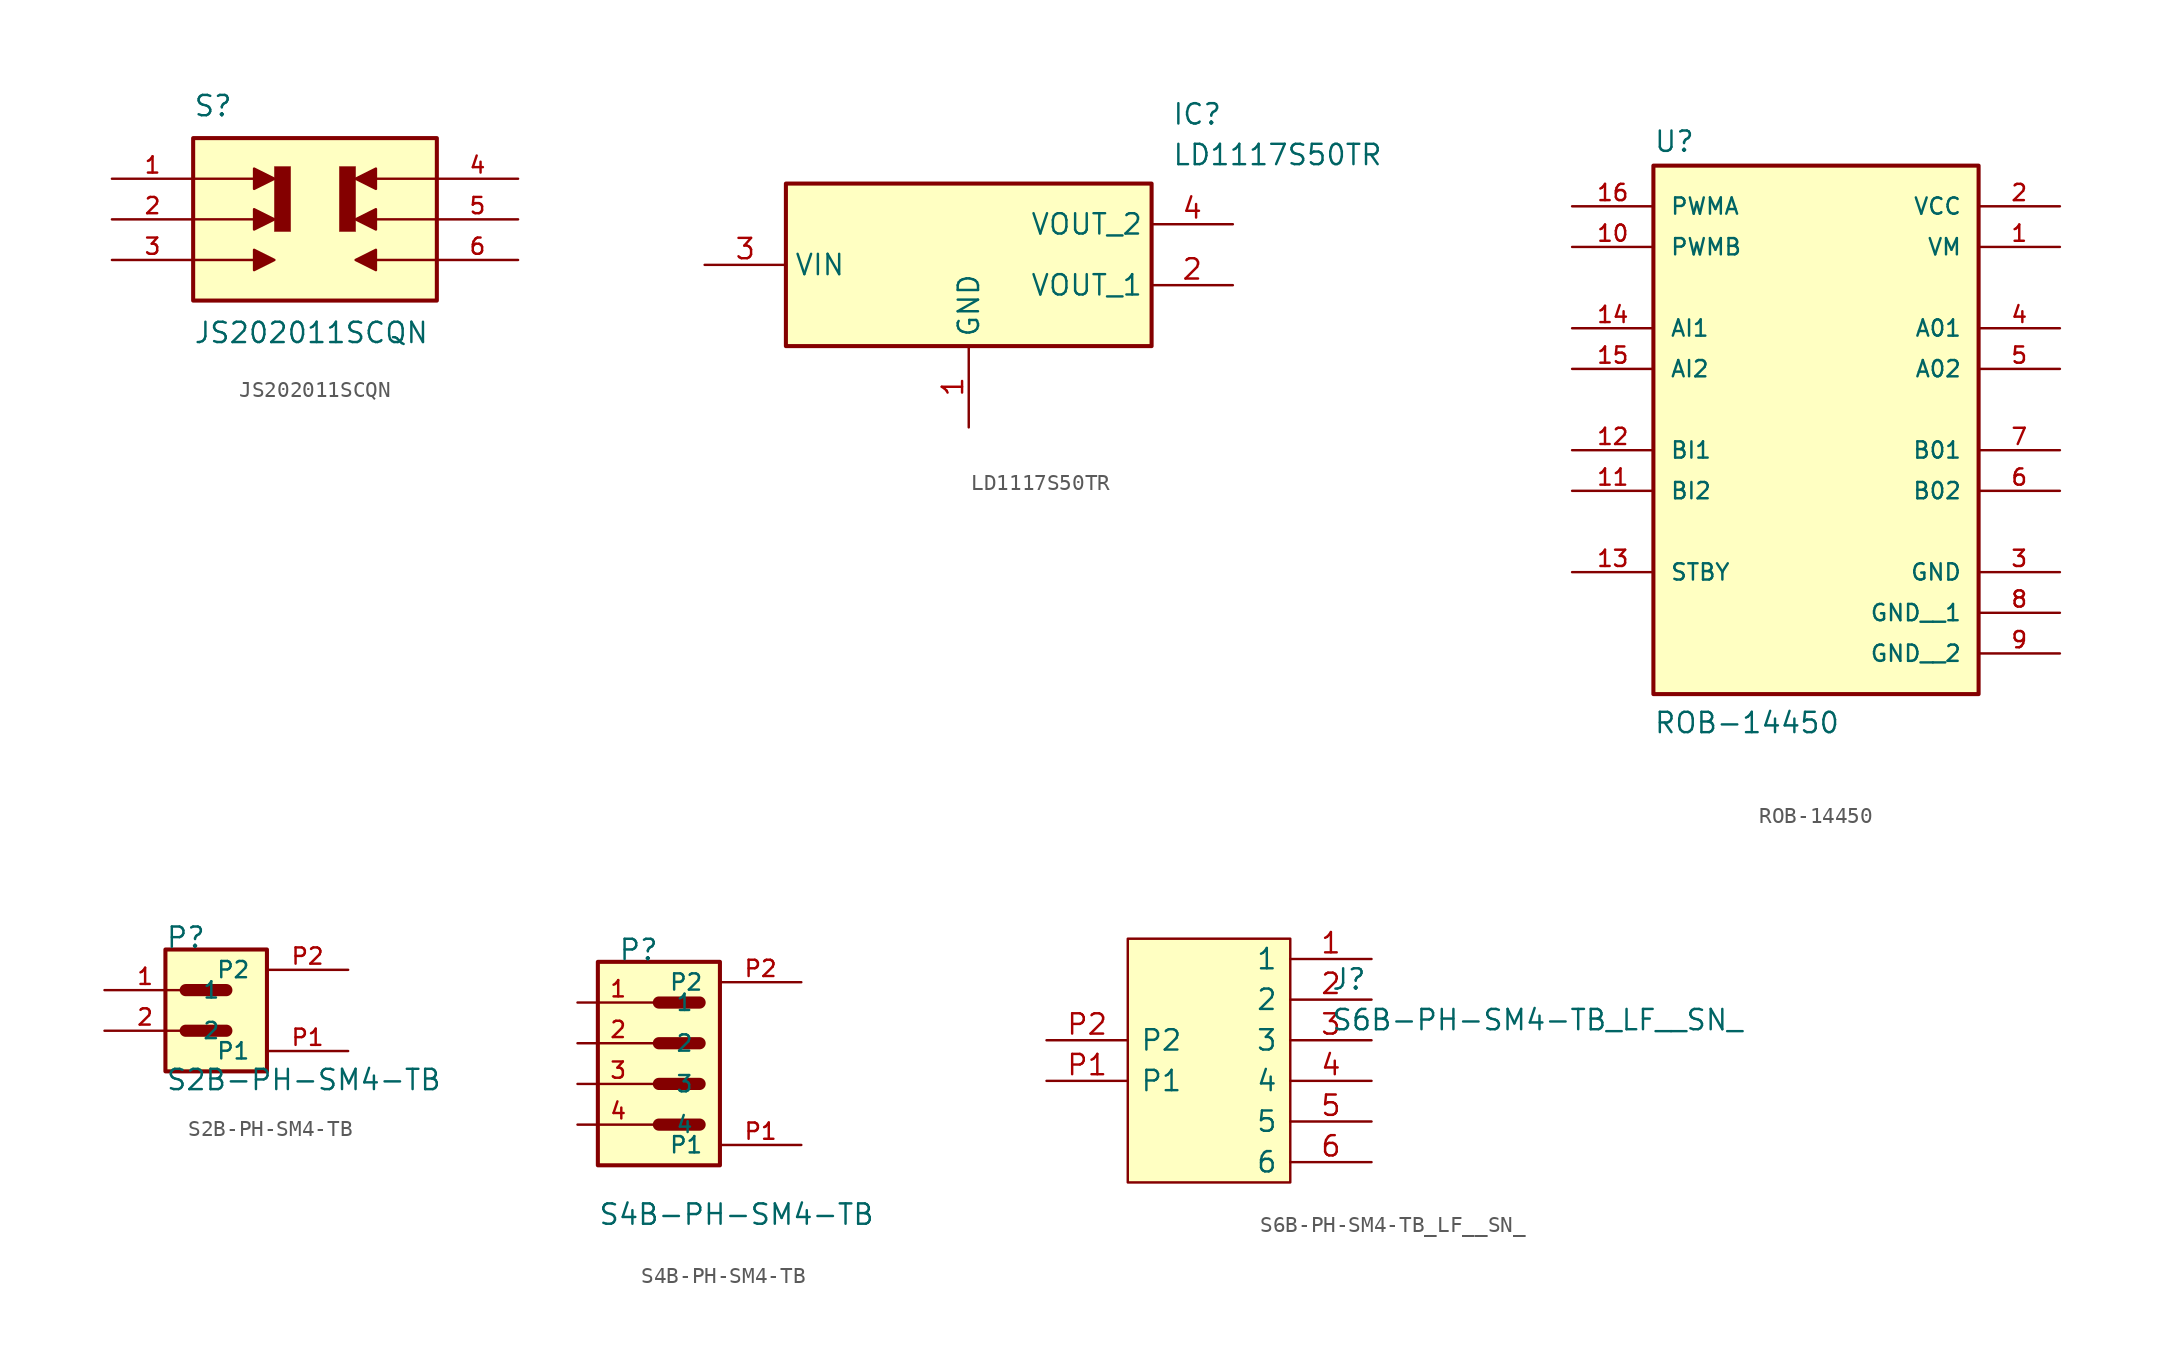
<source format=kicad_sym>
(kicad_symbol_lib
  (version 20231120)
  (generator "kicad_symbol_editor")
  (generator_version "8.0")
  (symbol "JS202011SCQN"
    (pin_names
      (offset 1.016))
    (property "Reference" "S"
      (at -7.62 6.35 0)
      (effects (font (size 1.27 1.27)) (justify left bottom)))
    (property "Value" "JS202011SCQN"
      (at -7.62 -6.35 0)
      (effects (font (size 1.27 1.27)) (justify left top)))
    (symbol "JS202011SCQN_0_0"
      (rectangle (start -7.62 5.08) (end 7.62 -5.08) (stroke (width 0.254) (type default)) (fill (type background)))
      (polyline (pts (xy -7.62 -2.54) (xy -3.81 -2.54)) (stroke (width 0.152) (type default)) (fill (type none)))
      (polyline (pts (xy -7.62 0) (xy -3.81 0)) (stroke (width 0.152) (type default)) (fill (type none)))
      (polyline (pts (xy -7.62 2.54) (xy -3.81 2.54)) (stroke (width 0.152) (type default)) (fill (type none)))
      (polyline (pts (xy 7.62 -2.54) (xy 3.81 -2.54)) (stroke (width 0.152) (type default)) (fill (type none)))
      (polyline (pts (xy 7.62 0) (xy 3.81 0)) (stroke (width 0.152) (type default)) (fill (type none)))
      (polyline (pts (xy 7.62 2.54) (xy 3.81 2.54)) (stroke (width 0.152) (type default)) (fill (type none)))
      (polyline (pts (xy -3.81 -1.905) (xy -3.81 -3.175) (xy -2.54 -2.54) (xy -3.81 -1.905)) (stroke (width 0.152) (type default)) (fill (type outline)))
      (polyline (pts (xy -3.81 0.635) (xy -3.81 -0.635) (xy -2.54 0) (xy -3.81 0.635)) (stroke (width 0.152) (type default)) (fill (type outline)))
      (polyline (pts (xy -3.81 3.175) (xy -3.81 1.905) (xy -2.54 2.54) (xy -3.81 3.175)) (stroke (width 0.152) (type default)) (fill (type outline)))
      (polyline (pts (xy 3.81 -3.175) (xy 3.81 -1.905) (xy 2.54 -2.54) (xy 3.81 -3.175)) (stroke (width 0.152) (type default)) (fill (type outline)))
      (polyline (pts (xy 3.81 -0.635) (xy 3.81 0.635) (xy 2.54 0) (xy 3.81 -0.635)) (stroke (width 0.152) (type default)) (fill (type outline)))
      (polyline (pts (xy 3.81 1.905) (xy 3.81 3.175) (xy 2.54 2.54) (xy 3.81 1.905)) (stroke (width 0.152) (type default)) (fill (type outline)))
      (polyline (pts (xy -2.54 3.302) (xy -2.54 -0.762) (xy -1.524 -0.762) (xy -1.524 3.302) (xy -2.54 3.302)) (stroke (width 0.025) (type default)) (fill (type outline)))
      (polyline (pts (xy 1.524 3.302) (xy 1.524 -0.762) (xy 2.54 -0.762) (xy 2.54 3.302) (xy 1.524 3.302)) (stroke (width 0.025) (type default)) (fill (type outline)))
      (pin passive line (at -12.7 2.54 0) (length 5.08) (name "~" (effects (font (size 1.016 1.016)))) (number "1" (effects (font (size 1.016 1.016)))))
      (pin passive line (at -12.7 0 0) (length 5.08) (name "~" (effects (font (size 1.016 1.016)))) (number "2" (effects (font (size 1.016 1.016)))))
      (pin passive line (at -12.7 -2.54 0) (length 5.08) (name "~" (effects (font (size 1.016 1.016)))) (number "3" (effects (font (size 1.016 1.016)))))
      (pin passive line (at 12.7 2.54 180) (length 5.08) (name "~" (effects (font (size 1.016 1.016)))) (number "4" (effects (font (size 1.016 1.016)))))
      (pin passive line (at 12.7 0 180) (length 5.08) (name "~" (effects (font (size 1.016 1.016)))) (number "5" (effects (font (size 1.016 1.016)))))
      (pin passive line (at 12.7 -2.54 180) (length 5.08) (name "~" (effects (font (size 1.016 1.016)))) (number "6" (effects (font (size 1.016 1.016)))))))
  (symbol "LD1117S50TR"
    (property "Reference" "IC"
      (at 29.21 7.62 0)
      (effects (font (size 1.27 1.27)) (justify left top)))
    (property "Value" "LD1117S50TR"
      (at 29.21 5.08 0)
      (effects (font (size 1.27 1.27)) (justify left top)))
    (symbol "LD1117S50TR_1_1"
      (rectangle (start 5.08 2.54) (end 27.94 -7.62) (stroke (width 0.254) (type default)) (fill (type background)))
      (pin passive line (at 16.51 -12.7 90) (length 5.08) (name "GND" (effects (font (size 1.27 1.27)))) (number "1" (effects (font (size 1.27 1.27)))))
      (pin passive line (at 33.02 -3.81 180) (length 5.08) (name "VOUT_1" (effects (font (size 1.27 1.27)))) (number "2" (effects (font (size 1.27 1.27)))))
      (pin passive line (at 0 -2.54 0) (length 5.08) (name "VIN" (effects (font (size 1.27 1.27)))) (number "3" (effects (font (size 1.27 1.27)))))
      (pin passive line (at 33.02 0 180) (length 5.08) (name "VOUT_2" (effects (font (size 1.27 1.27)))) (number "4" (effects (font (size 1.27 1.27)))))))
  (symbol "ROB-14450"
    (pin_names
      (offset 1.016))
    (property "Reference" "U"
      (at -10.16 16.002 0)
      (effects (font (size 1.27 1.27)) (justify left bottom)))
    (property "Value" "ROB-14450"
      (at -10.16 -20.32 0)
      (effects (font (size 1.27 1.27)) (justify left bottom)))
    (symbol "ROB-14450_0_0"
      (rectangle (start -10.16 15.24) (end 10.16 -17.78) (stroke (width 0.254) (type default)) (fill (type background)))
      (pin power_in line (at 15.24 10.16 180) (length 5.08) (name "VM" (effects (font (size 1.016 1.016)))) (number "1" (effects (font (size 1.016 1.016)))))
      (pin input line (at -15.24 10.16 0) (length 5.08) (name "PWMB" (effects (font (size 1.016 1.016)))) (number "10" (effects (font (size 1.016 1.016)))))
      (pin input line (at -15.24 -5.08 0) (length 5.08) (name "BI2" (effects (font (size 1.016 1.016)))) (number "11" (effects (font (size 1.016 1.016)))))
      (pin input line (at -15.24 -2.54 0) (length 5.08) (name "BI1" (effects (font (size 1.016 1.016)))) (number "12" (effects (font (size 1.016 1.016)))))
      (pin input line (at -15.24 -10.16 0) (length 5.08) (name "STBY" (effects (font (size 1.016 1.016)))) (number "13" (effects (font (size 1.016 1.016)))))
      (pin input line (at -15.24 5.08 0) (length 5.08) (name "AI1" (effects (font (size 1.016 1.016)))) (number "14" (effects (font (size 1.016 1.016)))))
      (pin input line (at -15.24 2.54 0) (length 5.08) (name "AI2" (effects (font (size 1.016 1.016)))) (number "15" (effects (font (size 1.016 1.016)))))
      (pin input line (at -15.24 12.7 0) (length 5.08) (name "PWMA" (effects (font (size 1.016 1.016)))) (number "16" (effects (font (size 1.016 1.016)))))
      (pin power_in line (at 15.24 12.7 180) (length 5.08) (name "VCC" (effects (font (size 1.016 1.016)))) (number "2" (effects (font (size 1.016 1.016)))))
      (pin power_in line (at 15.24 -10.16 180) (length 5.08) (name "GND" (effects (font (size 1.016 1.016)))) (number "3" (effects (font (size 1.016 1.016)))))
      (pin output line (at 15.24 5.08 180) (length 5.08) (name "A01" (effects (font (size 1.016 1.016)))) (number "4" (effects (font (size 1.016 1.016)))))
      (pin output line (at 15.24 2.54 180) (length 5.08) (name "A02" (effects (font (size 1.016 1.016)))) (number "5" (effects (font (size 1.016 1.016)))))
      (pin output line (at 15.24 -5.08 180) (length 5.08) (name "B02" (effects (font (size 1.016 1.016)))) (number "6" (effects (font (size 1.016 1.016)))))
      (pin output line (at 15.24 -2.54 180) (length 5.08) (name "B01" (effects (font (size 1.016 1.016)))) (number "7" (effects (font (size 1.016 1.016)))))
      (pin power_in line (at 15.24 -12.7 180) (length 5.08) (name "GND__1" (effects (font (size 1.016 1.016)))) (number "8" (effects (font (size 1.016 1.016)))))
      (pin power_in line (at 15.24 -15.24 180) (length 5.08) (name "GND__2" (effects (font (size 1.016 1.016)))) (number "9" (effects (font (size 1.016 1.016)))))))
  (symbol "S2B-PH-SM4-TB"
    (pin_names
      (offset 1.016))
    (property "Reference" "P"
      (at -1.272 3.816 0)
      (effects (font (size 1.27 1.27)) (justify left bottom)))
    (property "Value" "S2B-PH-SM4-TB"
      (at -1.271 -5.084 0)
      (effects (font (size 1.27 1.27)) (justify left bottom)))
    (symbol "S2B-PH-SM4-TB_0_0"
      (rectangle (start -1.27 -3.81) (end 5.08 3.81) (stroke (width 0.254) (type default)) (fill (type background)))
      (polyline (pts (xy 0 -1.27) (xy 2.54 -1.27)) (stroke (width 0.762) (type default)) (fill (type none)))
      (polyline (pts (xy 0 1.27) (xy 2.54 1.27)) (stroke (width 0.762) (type default)) (fill (type none)))
      (pin passive line (at -5.08 1.27 0) (length 5.08) (name "1" (effects (font (size 1.016 1.016)))) (number "1" (effects (font (size 1.016 1.016)))))
      (pin passive line (at -5.08 -1.27 0) (length 5.08) (name "2" (effects (font (size 1.016 1.016)))) (number "2" (effects (font (size 1.016 1.016))))))
    (symbol "S2B-PH-SM4-TB_1_0"
      (pin passive line (at 10.16 -2.54 180) (length 5.08) (name "P1" (effects (font (size 1.016 1.016)))) (number "P1" (effects (font (size 1.016 1.016)))))
      (pin passive line (at 10.16 2.54 180) (length 5.08) (name "P2" (effects (font (size 1.016 1.016)))) (number "P2" (effects (font (size 1.016 1.016)))))))
  (symbol "S4B-PH-SM4-TB"
    (pin_names
      (offset 1.016))
    (property "Reference" "P"
      (at -2.543 6.357 0)
      (effects (font (size 1.27 1.27)) (justify left bottom)))
    (property "Value" "S4B-PH-SM4-TB"
      (at -3.81 -10.16 0)
      (effects (font (size 1.27 1.27)) (justify left bottom)))
    (symbol "S4B-PH-SM4-TB_0_0"
      (rectangle (start -3.81 6.35) (end 3.81 -6.35) (stroke (width 0.254) (type default)) (fill (type background)))
      (polyline (pts (xy 0 -3.81) (xy 2.54 -3.81)) (stroke (width 0.762) (type default)) (fill (type none)))
      (polyline (pts (xy 0 -1.27) (xy 2.54 -1.27)) (stroke (width 0.762) (type default)) (fill (type none)))
      (polyline (pts (xy 0 1.27) (xy 2.54 1.27)) (stroke (width 0.762) (type default)) (fill (type none)))
      (polyline (pts (xy 0 3.81) (xy 2.54 3.81)) (stroke (width 0.762) (type default)) (fill (type none)))
      (pin passive line (at -5.08 3.81 0) (length 5.08) (name "1" (effects (font (size 1.016 1.016)))) (number "1" (effects (font (size 1.016 1.016)))))
      (pin passive line (at -5.08 1.27 0) (length 5.08) (name "2" (effects (font (size 1.016 1.016)))) (number "2" (effects (font (size 1.016 1.016)))))
      (pin passive line (at -5.08 -1.27 0) (length 5.08) (name "3" (effects (font (size 1.016 1.016)))) (number "3" (effects (font (size 1.016 1.016)))))
      (pin passive line (at -5.08 -3.81 0) (length 5.08) (name "4" (effects (font (size 1.016 1.016)))) (number "4" (effects (font (size 1.016 1.016))))))
    (symbol "S4B-PH-SM4-TB_1_0"
      (pin passive line (at 8.89 -5.08 180) (length 5.08) (name "P1" (effects (font (size 1.016 1.016)))) (number "P1" (effects (font (size 1.016 1.016)))))
      (pin passive line (at 8.89 5.08 180) (length 5.08) (name "P2" (effects (font (size 1.016 1.016)))) (number "P2" (effects (font (size 1.016 1.016)))))))
  (symbol "S6B-PH-SM4-TB_LF__SN_"
    (pin_names
      (offset 0.762))
    (property "Reference" "J"
      (at 16.51 7.62 0)
      (effects (font (size 1.27 1.27)) (justify left)))
    (property "Value" "S6B-PH-SM4-TB_LF__SN_"
      (at 16.51 5.08 0)
      (effects (font (size 1.27 1.27)) (justify left)))
    (symbol "S6B-PH-SM4-TB_LF__SN__0_0"
      (pin passive line (at 19.05 8.89 180) (length 5.08) (name "1" (effects (font (size 1.27 1.27)))) (number "1" (effects (font (size 1.27 1.27)))))
      (pin passive line (at 19.05 6.35 180) (length 5.08) (name "2" (effects (font (size 1.27 1.27)))) (number "2" (effects (font (size 1.27 1.27)))))
      (pin passive line (at 19.05 3.81 180) (length 5.08) (name "3" (effects (font (size 1.27 1.27)))) (number "3" (effects (font (size 1.27 1.27)))))
      (pin passive line (at 19.05 1.27 180) (length 5.08) (name "4" (effects (font (size 1.27 1.27)))) (number "4" (effects (font (size 1.27 1.27)))))
      (pin passive line (at 19.05 -1.27 180) (length 5.08) (name "5" (effects (font (size 1.27 1.27)))) (number "5" (effects (font (size 1.27 1.27)))))
      (pin passive line (at 19.05 -3.81 180) (length 5.08) (name "6" (effects (font (size 1.27 1.27)))) (number "6" (effects (font (size 1.27 1.27))))))
    (symbol "S6B-PH-SM4-TB_LF__SN__1_0"
      (pin passive line (at -1.27 1.27 0) (length 5.08) (name "P1" (effects (font (size 1.27 1.27)))) (number "P1" (effects (font (size 1.27 1.27)))))
      (pin passive line (at -1.27 3.81 0) (length 5.08) (name "P2" (effects (font (size 1.27 1.27)))) (number "P2" (effects (font (size 1.27 1.27))))))
    (symbol "S6B-PH-SM4-TB_LF__SN__1_1"
      (polyline (pts (xy 3.81 10.16) (xy 13.97 10.16) (xy 13.97 -5.08) (xy 3.81 -5.08) (xy 3.81 10.16)) (stroke (width 0.152) (type solid)) (fill (type color) (color 255 255 194 1))))))
</source>
